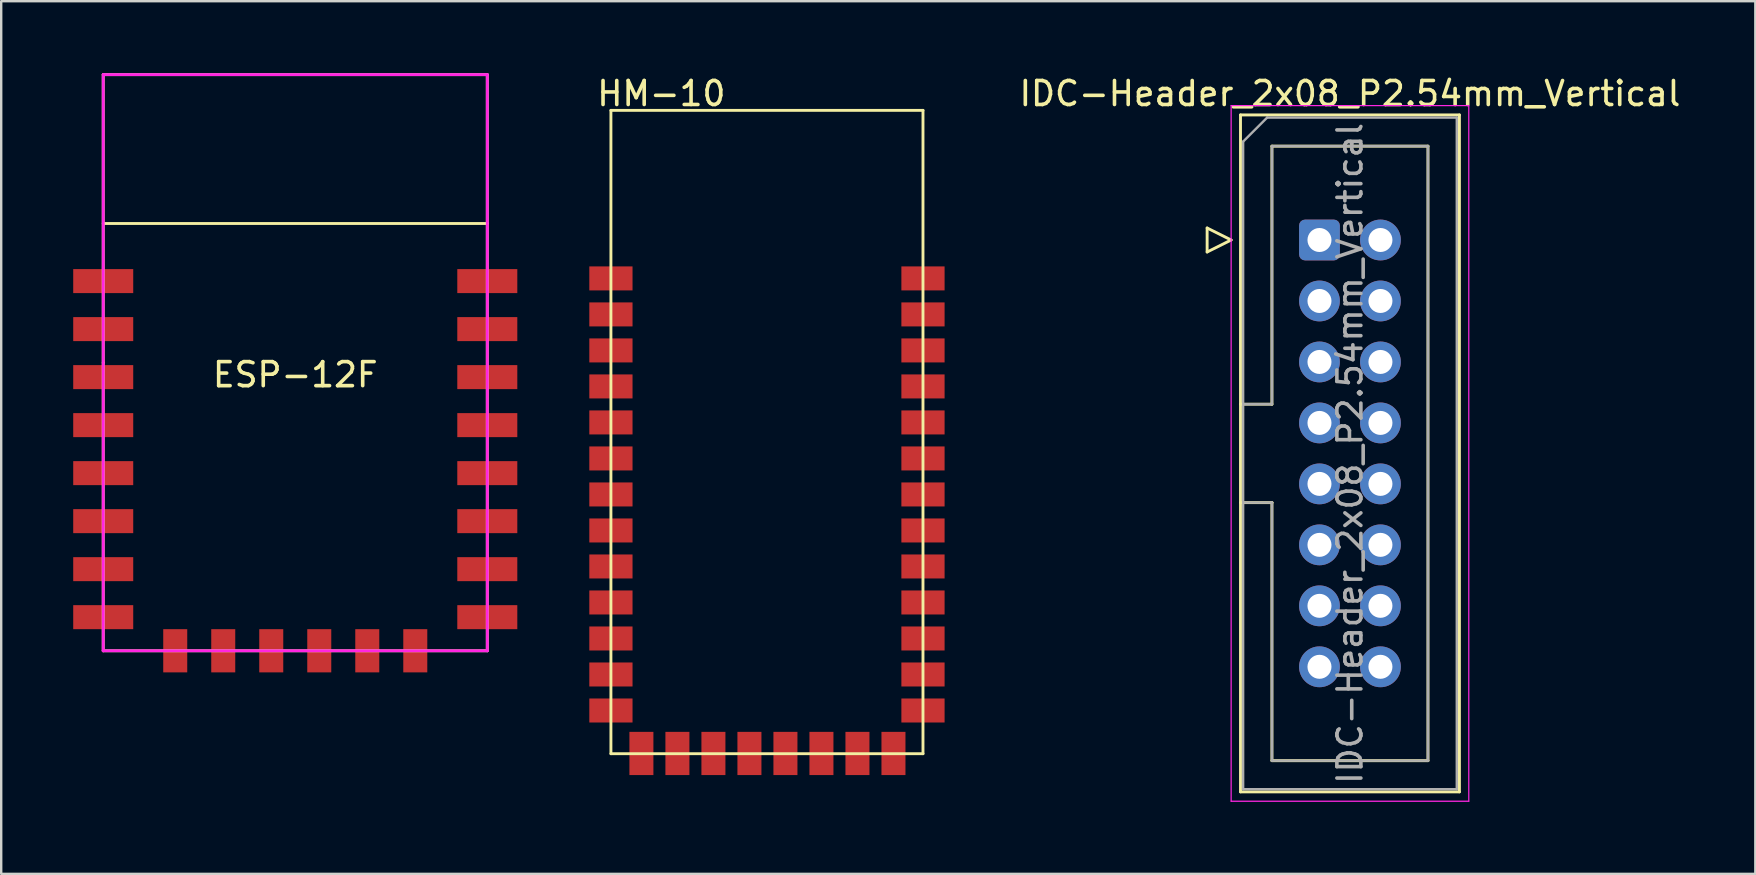
<source format=kicad_pcb>
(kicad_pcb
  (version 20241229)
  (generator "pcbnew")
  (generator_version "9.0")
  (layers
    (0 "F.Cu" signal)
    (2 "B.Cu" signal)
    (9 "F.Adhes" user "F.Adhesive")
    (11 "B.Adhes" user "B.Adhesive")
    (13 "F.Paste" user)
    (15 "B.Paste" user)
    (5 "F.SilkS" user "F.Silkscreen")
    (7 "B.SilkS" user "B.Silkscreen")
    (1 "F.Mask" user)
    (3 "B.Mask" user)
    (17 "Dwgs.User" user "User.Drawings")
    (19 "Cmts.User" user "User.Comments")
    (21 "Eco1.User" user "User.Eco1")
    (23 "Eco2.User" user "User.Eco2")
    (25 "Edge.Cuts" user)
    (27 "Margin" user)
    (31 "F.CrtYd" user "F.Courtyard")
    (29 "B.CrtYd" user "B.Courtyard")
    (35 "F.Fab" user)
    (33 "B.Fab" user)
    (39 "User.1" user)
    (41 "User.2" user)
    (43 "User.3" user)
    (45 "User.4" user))
  (footprint "IDC-Header_2x08_P2.54mm_Vertical"
    (layer "F.Cu")
    (at 51.917 6.948)
    (property "Reference" "IDC-Header_2x08_P2.54mm_Vertical" (at 1.27 -6.1 0) (layer "F.SilkS") (effects (font (size 1 1) (thickness 0.15))))
    (attr through_hole)
    (fp_line (start -4.68 -0.5) (end -4.68 0.5) (stroke (width 0.12) (type solid)) (layer "F.SilkS"))
    (fp_line (start -4.68 0.5) (end -3.68 0) (stroke (width 0.12) (type solid)) (layer "F.SilkS"))
    (fp_line (start -3.68 0) (end -4.68 -0.5) (stroke (width 0.12) (type solid)) (layer "F.SilkS"))
    (fp_line (start -3.29 -5.21) (end 5.83 -5.21) (stroke (width 0.12) (type solid)) (layer "F.SilkS"))
    (fp_line (start -3.29 6.84) (end -1.98 6.84) (stroke (width 0.12) (type solid)) (layer "F.SilkS"))
    (fp_line (start -3.29 22.99) (end -3.29 -5.21) (stroke (width 0.12) (type solid)) (layer "F.SilkS"))
    (fp_line (start -1.98 -3.91) (end 4.52 -3.91) (stroke (width 0.12) (type solid)) (layer "F.SilkS"))
    (fp_line (start -1.98 6.84) (end -1.98 -3.91) (stroke (width 0.12) (type solid)) (layer "F.SilkS"))
    (fp_line (start -1.98 10.94) (end -3.29 10.94) (stroke (width 0.12) (type solid)) (layer "F.SilkS"))
    (fp_line (start -1.98 10.94) (end -1.98 10.94) (stroke (width 0.12) (type solid)) (layer "F.SilkS"))
    (fp_line (start -1.98 21.69) (end -1.98 10.94) (stroke (width 0.12) (type solid)) (layer "F.SilkS"))
    (fp_line (start 4.52 -3.91) (end 4.52 21.69) (stroke (width 0.12) (type solid)) (layer "F.SilkS"))
    (fp_line (start 4.52 21.69) (end -1.98 21.69) (stroke (width 0.12) (type solid)) (layer "F.SilkS"))
    (fp_line (start 5.83 -5.21) (end 5.83 22.99) (stroke (width 0.12) (type solid)) (layer "F.SilkS"))
    (fp_line (start 5.83 22.99) (end -3.29 22.99) (stroke (width 0.12) (type solid)) (layer "F.SilkS"))
    (fp_line (start -3.68 -5.6) (end -3.68 23.38) (stroke (width 0.05) (type solid)) (layer "F.CrtYd"))
    (fp_line (start -3.68 23.38) (end 6.22 23.38) (stroke (width 0.05) (type solid)) (layer "F.CrtYd"))
    (fp_line (start 6.22 -5.6) (end -3.68 -5.6) (stroke (width 0.05) (type solid)) (layer "F.CrtYd"))
    (fp_line (start 6.22 23.38) (end 6.22 -5.6) (stroke (width 0.05) (type solid)) (layer "F.CrtYd"))
    (fp_line (start -3.18 -4.1) (end -2.18 -5.1) (stroke (width 0.1) (type solid)) (layer "F.Fab"))
    (fp_line (start -3.18 6.84) (end -1.98 6.84) (stroke (width 0.1) (type solid)) (layer "F.Fab"))
    (fp_line (start -3.18 22.88) (end -3.18 -4.1) (stroke (width 0.1) (type solid)) (layer "F.Fab"))
    (fp_line (start -2.18 -5.1) (end 5.72 -5.1) (stroke (width 0.1) (type solid)) (layer "F.Fab"))
    (fp_line (start -1.98 -3.91) (end 4.52 -3.91) (stroke (width 0.1) (type solid)) (layer "F.Fab"))
    (fp_line (start -1.98 6.84) (end -1.98 -3.91) (stroke (width 0.1) (type solid)) (layer "F.Fab"))
    (fp_line (start -1.98 10.94) (end -3.18 10.94) (stroke (width 0.1) (type solid)) (layer "F.Fab"))
    (fp_line (start -1.98 10.94) (end -1.98 10.94) (stroke (width 0.1) (type solid)) (layer "F.Fab"))
    (fp_line (start -1.98 21.69) (end -1.98 10.94) (stroke (width 0.1) (type solid)) (layer "F.Fab"))
    (fp_line (start 4.52 -3.91) (end 4.52 21.69) (stroke (width 0.1) (type solid)) (layer "F.Fab"))
    (fp_line (start 4.52 21.69) (end -1.98 21.69) (stroke (width 0.1) (type solid)) (layer "F.Fab"))
    (fp_line (start 5.72 -5.1) (end 5.72 22.88) (stroke (width 0.1) (type solid)) (layer "F.Fab"))
    (fp_line (start 5.72 22.88) (end -3.18 22.88) (stroke (width 0.1) (type solid)) (layer "F.Fab"))
    (fp_text user "${REFERENCE}" (at 1.27 8.89 90) (layer "F.Fab") (effects (font (size 1 1) (thickness 0.15))))
    (pad "1" thru_hole roundrect (at 0 0) (size 1.7 1.7) (drill 1) (layers "*.Cu" "*.Mask") (roundrect_rratio 0.147))
    (pad "2" thru_hole circle (at 2.54 0) (size 1.7 1.7) (drill 1) (layers "*.Cu" "*.Mask"))
    (pad "3" thru_hole circle (at 0 2.54) (size 1.7 1.7) (drill 1) (layers "*.Cu" "*.Mask"))
    (pad "4" thru_hole circle (at 2.54 2.54) (size 1.7 1.7) (drill 1) (layers "*.Cu" "*.Mask"))
    (pad "5" thru_hole circle (at 0 5.08) (size 1.7 1.7) (drill 1) (layers "*.Cu" "*.Mask"))
    (pad "6" thru_hole circle (at 2.54 5.08) (size 1.7 1.7) (drill 1) (layers "*.Cu" "*.Mask"))
    (pad "7" thru_hole circle (at 0 7.62) (size 1.7 1.7) (drill 1) (layers "*.Cu" "*.Mask"))
    (pad "8" thru_hole circle (at 2.54 7.62) (size 1.7 1.7) (drill 1) (layers "*.Cu" "*.Mask"))
    (pad "9" thru_hole circle (at 0 10.16) (size 1.7 1.7) (drill 1) (layers "*.Cu" "*.Mask"))
    (pad "10" thru_hole circle (at 2.54 10.16) (size 1.7 1.7) (drill 1) (layers "*.Cu" "*.Mask"))
    (pad "11" thru_hole circle (at 0 12.7) (size 1.7 1.7) (drill 1) (layers "*.Cu" "*.Mask"))
    (pad "12" thru_hole circle (at 2.54 12.7) (size 1.7 1.7) (drill 1) (layers "*.Cu" "*.Mask"))
    (pad "13" thru_hole circle (at 0 15.24) (size 1.7 1.7) (drill 1) (layers "*.Cu" "*.Mask"))
    (pad "14" thru_hole circle (at 2.54 15.24) (size 1.7 1.7) (drill 1) (layers "*.Cu" "*.Mask"))
    (pad "15" thru_hole circle (at 0 17.78) (size 1.7 1.7) (drill 1) (layers "*.Cu" "*.Mask"))
    (pad "16" thru_hole circle (at 2.54 17.78) (size 1.7 1.7) (drill 1) (layers "*.Cu" "*.Mask")))
  (footprint "HM-10"
    (layer "F.Cu")
    (at 28.9 1.448)
    (property "Reference" "HM-10" (at -4.4 -0.6 0) (layer "F.SilkS") (effects (font (size 1 1) (thickness 0.15))))
    (attr through_hole)
    (fp_line (start -6.5 0.1) (end 6.5 0.1) (stroke (width 0.12) (type solid)) (layer "F.SilkS"))
    (fp_line (start -6.5 26.9) (end -6.5 0.1) (stroke (width 0.12) (type solid)) (layer "F.SilkS"))
    (fp_line (start 6.5 0.1) (end 6.5 26.9) (stroke (width 0.12) (type solid)) (layer "F.SilkS"))
    (fp_line (start 6.5 26.9) (end -6.5 26.9) (stroke (width 0.12) (type solid)) (layer "F.SilkS"))
    (pad "1" smd rect (at -6.5 7.1) (size 1.8 1) (layers "F.Cu" "F.Mask" "F.Paste"))
    (pad "2" smd rect (at -6.5 8.6) (size 1.8 1) (layers "F.Cu" "F.Mask" "F.Paste"))
    (pad "3" smd rect (at -6.5 10.1) (size 1.8 1) (layers "F.Cu" "F.Mask" "F.Paste"))
    (pad "4" smd rect (at -6.5 11.6) (size 1.8 1) (layers "F.Cu" "F.Mask" "F.Paste"))
    (pad "5" smd rect (at -6.5 13.1) (size 1.8 1) (layers "F.Cu" "F.Mask" "F.Paste"))
    (pad "6" smd rect (at -6.5 14.6) (size 1.8 1) (layers "F.Cu" "F.Mask" "F.Paste"))
    (pad "7" smd rect (at -6.5 16.1) (size 1.8 1) (layers "F.Cu" "F.Mask" "F.Paste"))
    (pad "8" smd rect (at -6.5 17.6) (size 1.8 1) (layers "F.Cu" "F.Mask" "F.Paste"))
    (pad "9" smd rect (at -6.5 19.1) (size 1.8 1) (layers "F.Cu" "F.Mask" "F.Paste"))
    (pad "10" smd rect (at -6.5 20.6) (size 1.8 1) (layers "F.Cu" "F.Mask" "F.Paste"))
    (pad "11" smd rect (at -6.5 22.1) (size 1.8 1) (layers "F.Cu" "F.Mask" "F.Paste"))
    (pad "12" smd rect (at -6.5 23.6) (size 1.8 1) (layers "F.Cu" "F.Mask" "F.Paste"))
    (pad "13" smd rect (at -6.5 25.1) (size 1.8 1) (layers "F.Cu" "F.Mask" "F.Paste"))
    (pad "14" smd rect (at -5.23 26.89) (size 1 1.8) (layers "F.Cu" "F.Mask" "F.Paste"))
    (pad "15" smd rect (at -3.73 26.89) (size 1 1.8) (layers "F.Cu" "F.Mask" "F.Paste"))
    (pad "16" smd rect (at -2.23 26.89) (size 1 1.8) (layers "F.Cu" "F.Mask" "F.Paste"))
    (pad "17" smd rect (at -0.73 26.89) (size 1 1.8) (layers "F.Cu" "F.Mask" "F.Paste"))
    (pad "18" smd rect (at 0.77 26.89) (size 1 1.8) (layers "F.Cu" "F.Mask" "F.Paste"))
    (pad "19" smd rect (at 2.27 26.89) (size 1 1.8) (layers "F.Cu" "F.Mask" "F.Paste"))
    (pad "20" smd rect (at 3.77 26.89) (size 1 1.8) (layers "F.Cu" "F.Mask" "F.Paste"))
    (pad "21" smd rect (at 5.27 26.89) (size 1 1.8) (layers "F.Cu" "F.Mask" "F.Paste"))
    (pad "22" smd rect (at 6.5 25.1) (size 1.8 1) (layers "F.Cu" "F.Mask" "F.Paste"))
    (pad "23" smd rect (at 6.5 23.6) (size 1.8 1) (layers "F.Cu" "F.Mask" "F.Paste"))
    (pad "24" smd rect (at 6.5 22.1) (size 1.8 1) (layers "F.Cu" "F.Mask" "F.Paste"))
    (pad "25" smd rect (at 6.5 20.6) (size 1.8 1) (layers "F.Cu" "F.Mask" "F.Paste"))
    (pad "26" smd rect (at 6.5 19.1) (size 1.8 1) (layers "F.Cu" "F.Mask" "F.Paste"))
    (pad "27" smd rect (at 6.5 17.6) (size 1.8 1) (layers "F.Cu" "F.Mask" "F.Paste"))
    (pad "28" smd rect (at 6.5 16.1) (size 1.8 1) (layers "F.Cu" "F.Mask" "F.Paste"))
    (pad "29" smd rect (at 6.5 14.6) (size 1.8 1) (layers "F.Cu" "F.Mask" "F.Paste"))
    (pad "30" smd rect (at 6.5 13.1) (size 1.8 1) (layers "F.Cu" "F.Mask" "F.Paste"))
    (pad "31" smd rect (at 6.5 11.6) (size 1.8 1) (layers "F.Cu" "F.Mask" "F.Paste"))
    (pad "32" smd rect (at 6.5 10.1) (size 1.8 1) (layers "F.Cu" "F.Mask" "F.Paste"))
    (pad "33" smd rect (at 6.5 8.6) (size 1.8 1) (layers "F.Cu" "F.Mask" "F.Paste"))
    (pad "34" smd rect (at 6.5 7.1) (size 1.8 1) (layers "F.Cu" "F.Mask" "F.Paste")))
  (footprint "ESP-12F"
    (layer "F.Cu")
    (at 9.25 12.06)
    (property "Reference" "ESP-12F" (at 0 0.5 0) (layer "F.SilkS") (effects (font (size 1 1) (thickness 0.15))))
    (attr through_hole)
    (fp_line (start -8 -12) (end 8 -12) (stroke (width 0.12) (type solid)) (layer "F.SilkS"))
    (fp_line (start -8 0) (end -8 -12) (stroke (width 0.12) (type solid)) (layer "F.SilkS"))
    (fp_line (start -8 12) (end -8 0) (stroke (width 0.12) (type solid)) (layer "F.SilkS"))
    (fp_line (start 8 -12) (end 8 12) (stroke (width 0.12) (type solid)) (layer "F.SilkS"))
    (fp_line (start 8 -5.8) (end -8 -5.8) (stroke (width 0.12) (type solid)) (layer "F.SilkS"))
    (fp_line (start 8 12) (end -8 12) (stroke (width 0.12) (type solid)) (layer "F.SilkS"))
    (fp_line (start -8 -12) (end 8 -12) (stroke (width 0.12) (type solid)) (layer "F.CrtYd"))
    (fp_line (start -8 12) (end -8 -12) (stroke (width 0.12) (type solid)) (layer "F.CrtYd"))
    (fp_line (start 8 -12) (end 8 12) (stroke (width 0.12) (type solid)) (layer "F.CrtYd"))
    (fp_line (start 8 12) (end -8 12) (stroke (width 0.12) (type solid)) (layer "F.CrtYd"))
    (pad "1" smd rect (at -8 -3.4) (size 2.5 1) (layers "F.Cu" "F.Mask" "F.Paste"))
    (pad "2" smd rect (at -8 -1.4) (size 2.5 1) (layers "F.Cu" "F.Mask" "F.Paste"))
    (pad "3" smd rect (at -8 0.6) (size 2.5 1) (layers "F.Cu" "F.Mask" "F.Paste"))
    (pad "4" smd rect (at -8 2.6) (size 2.5 1) (layers "F.Cu" "F.Mask" "F.Paste"))
    (pad "5" smd rect (at -8 4.6) (size 2.5 1) (layers "F.Cu" "F.Mask" "F.Paste"))
    (pad "6" smd rect (at -8 6.6) (size 2.5 1) (layers "F.Cu" "F.Mask" "F.Paste"))
    (pad "7" smd rect (at -8 8.6) (size 2.5 1) (layers "F.Cu" "F.Mask" "F.Paste"))
    (pad "8" smd rect (at -8 10.6) (size 2.5 1) (layers "F.Cu" "F.Mask" "F.Paste"))
    (pad "9" smd rect (at -5 12) (size 1 1.8) (layers "F.Cu" "F.Mask" "F.Paste"))
    (pad "10" smd rect (at -3 12) (size 1 1.8) (layers "F.Cu" "F.Mask" "F.Paste"))
    (pad "11" smd rect (at -1 12) (size 1 1.8) (layers "F.Cu" "F.Mask" "F.Paste"))
    (pad "12" smd rect (at 1 12) (size 1 1.8) (layers "F.Cu" "F.Mask" "F.Paste"))
    (pad "13" smd rect (at 3 12) (size 1 1.8) (layers "F.Cu" "F.Mask" "F.Paste"))
    (pad "14" smd rect (at 5 12) (size 1 1.8) (layers "F.Cu" "F.Mask" "F.Paste"))
    (pad "15" smd rect (at 8 10.6) (size 2.5 1) (layers "F.Cu" "F.Mask" "F.Paste"))
    (pad "16" smd rect (at 8 8.6) (size 2.5 1) (layers "F.Cu" "F.Mask" "F.Paste"))
    (pad "17" smd rect (at 8 6.6) (size 2.5 1) (layers "F.Cu" "F.Mask" "F.Paste"))
    (pad "18" smd rect (at 8 4.6) (size 2.5 1) (layers "F.Cu" "F.Mask" "F.Paste"))
    (pad "19" smd rect (at 8 2.6) (size 2.5 1) (layers "F.Cu" "F.Mask" "F.Paste"))
    (pad "20" smd rect (at 8 0.6) (size 2.5 1) (layers "F.Cu" "F.Mask" "F.Paste"))
    (pad "21" smd rect (at 8 -1.4) (size 2.5 1) (layers "F.Cu" "F.Mask" "F.Paste"))
    (pad "22" smd rect (at 8 -3.4) (size 2.5 1) (layers "F.Cu" "F.Mask" "F.Paste")))
  (gr_rect
    (start -3 -3)
    (end 70.074 33.353)
    (stroke (width 0.1) (type default))
    (fill no)
    (layer "Edge.Cuts")))
</source>
